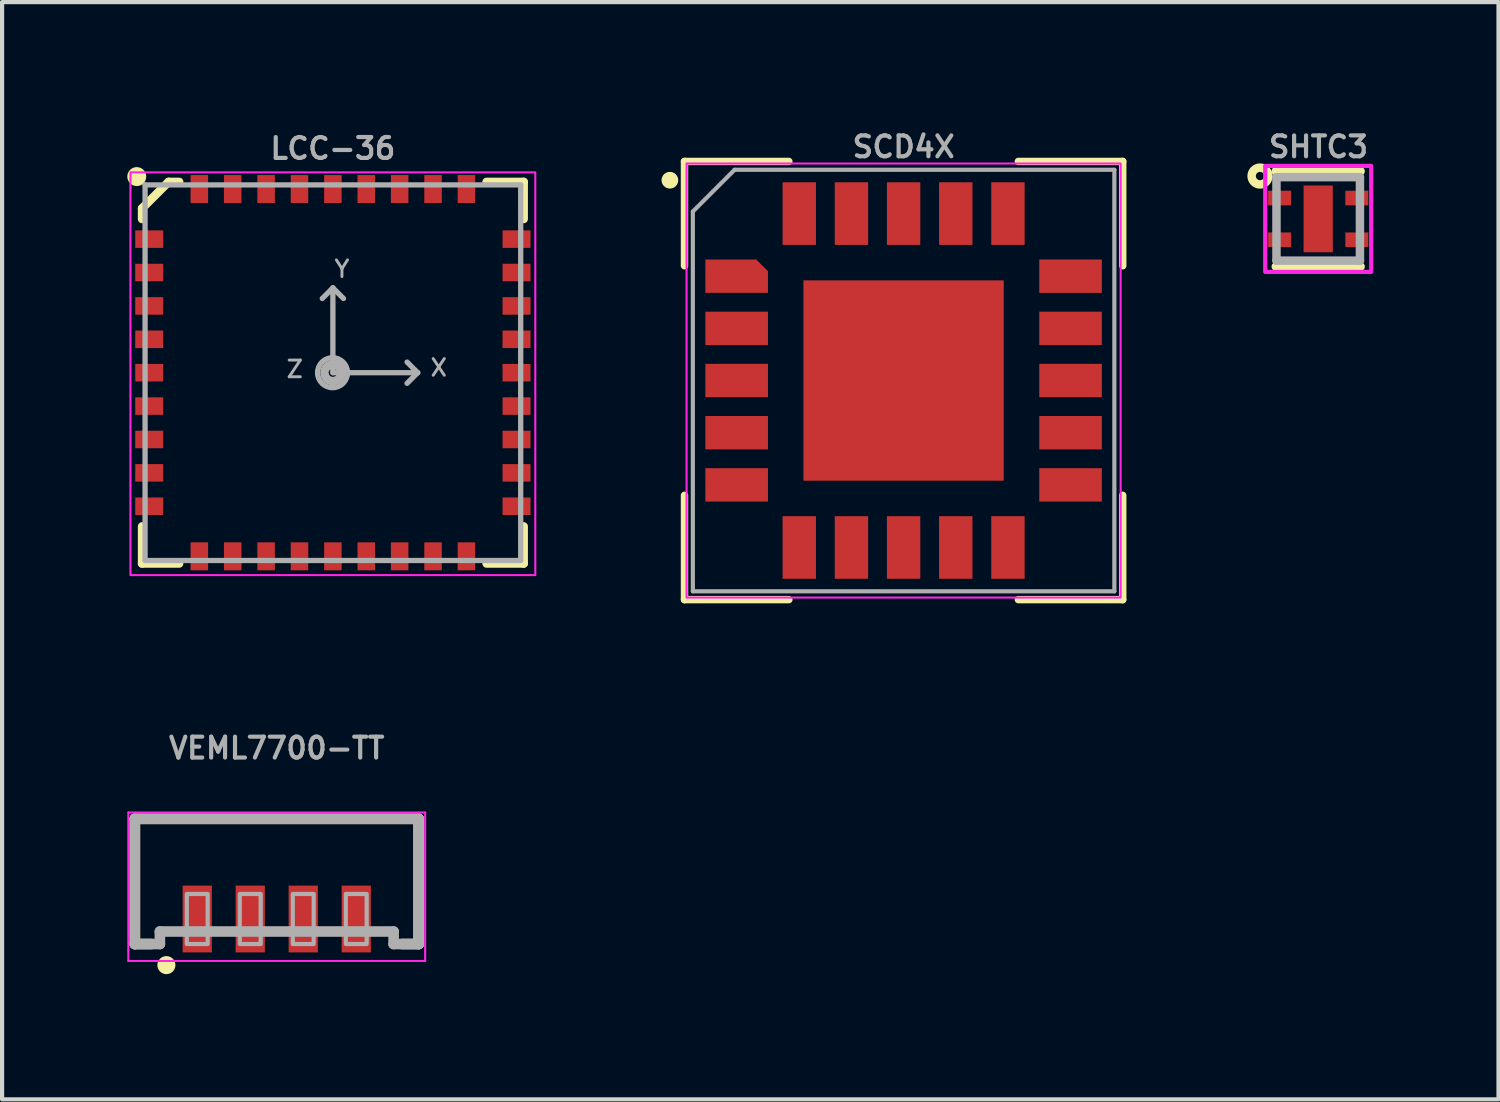
<source format=kicad_pcb>
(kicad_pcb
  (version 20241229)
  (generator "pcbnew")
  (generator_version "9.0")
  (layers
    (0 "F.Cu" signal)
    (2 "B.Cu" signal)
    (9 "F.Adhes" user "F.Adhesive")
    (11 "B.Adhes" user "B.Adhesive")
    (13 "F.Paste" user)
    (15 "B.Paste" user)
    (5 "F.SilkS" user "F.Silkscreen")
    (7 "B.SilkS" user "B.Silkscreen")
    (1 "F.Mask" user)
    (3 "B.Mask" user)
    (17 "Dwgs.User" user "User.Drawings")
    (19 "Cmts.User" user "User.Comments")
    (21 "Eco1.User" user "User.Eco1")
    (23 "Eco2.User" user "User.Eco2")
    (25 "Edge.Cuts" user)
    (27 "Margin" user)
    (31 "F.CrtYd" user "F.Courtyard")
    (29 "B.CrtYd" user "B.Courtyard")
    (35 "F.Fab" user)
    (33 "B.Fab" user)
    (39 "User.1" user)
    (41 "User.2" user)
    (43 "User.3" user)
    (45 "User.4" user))
  (footprint "VEML7700-TT"
    (layer "F.Cu")
    (at 3.637 17.875)
    (property "Reference" "VEML7700-TT" (at -0.056 -3 0) (unlocked yes) (layer "F.Fab") (effects (font (size 0.5 0.5) (thickness 0.1) (bold yes))))
    (attr smd)
    (fp_line (start -3.456 -1.305) (end -3.456 1.695) (stroke (width 0.254) (type solid)) (layer "F.SilkS"))
    (fp_line (start -3.456 1.695) (end -3.056 1.695) (stroke (width 0.254) (type solid)) (layer "F.SilkS"))
    (fp_line (start 2.944 1.695) (end 3.344 1.695) (stroke (width 0.254) (type solid)) (layer "F.SilkS"))
    (fp_line (start 3.344 -1.305) (end -3.456 -1.305) (stroke (width 0.254) (type solid)) (layer "F.SilkS"))
    (fp_line (start 3.344 1.695) (end 3.344 -1.305) (stroke (width 0.254) (type solid)) (layer "F.SilkS"))
    (fp_circle (center -2.7 2.2) (end -2.8 2.1) (stroke (width 0.15) (type solid)) (fill yes) (layer "F.SilkS"))
    (fp_line (start -3.612 -1.456) (end -3.612 1.846) (stroke (width 0.05) (type default)) (layer "F.CrtYd"))
    (fp_line (start -3.612 2.1) (end -3.612 1.846) (stroke (width 0.05) (type default)) (layer "F.CrtYd"))
    (fp_line (start -3.549 2.1) (end -3.612 2.1) (stroke (width 0.05) (type default)) (layer "F.CrtYd"))
    (fp_line (start -3.549 2.1) (end 3.437 2.1) (stroke (width 0.05) (type default)) (layer "F.CrtYd"))
    (fp_line (start 3.437 2.1) (end 3.5 2.1) (stroke (width 0.05) (type default)) (layer "F.CrtYd"))
    (fp_line (start 3.5 -1.456) (end -3.612 -1.456) (stroke (width 0.05) (type default)) (layer "F.CrtYd"))
    (fp_line (start 3.5 1.846) (end 3.5 -1.456) (stroke (width 0.05) (type default)) (layer "F.CrtYd"))
    (fp_line (start 3.5 1.846) (end 3.5 2.1) (stroke (width 0.05) (type default)) (layer "F.CrtYd"))
    (fp_line (start -3.456 -1.305) (end -3.456 1.695) (stroke (width 0.254) (type solid)) (layer "F.Fab"))
    (fp_line (start -3.456 1.695) (end -2.856 1.695) (stroke (width 0.254) (type solid)) (layer "F.Fab"))
    (fp_line (start -2.856 1.395) (end 2.744 1.395) (stroke (width 0.254) (type solid)) (layer "F.Fab"))
    (fp_line (start -2.856 1.695) (end -2.856 1.395) (stroke (width 0.254) (type solid)) (layer "F.Fab"))
    (fp_line (start 2.744 1.695) (end 2.744 1.395) (stroke (width 0.254) (type solid)) (layer "F.Fab"))
    (fp_line (start 2.744 1.695) (end 3.344 1.695) (stroke (width 0.254) (type solid)) (layer "F.Fab"))
    (fp_line (start 3.344 -1.305) (end -3.456 -1.305) (stroke (width 0.254) (type solid)) (layer "F.Fab"))
    (fp_line (start 3.344 1.695) (end 3.344 -1.305) (stroke (width 0.254) (type solid)) (layer "F.Fab"))
    (fp_poly (pts (xy -2.211 1.695) (xy -1.711 1.695) (xy -1.711 0.495) (xy -2.211 0.495)) (stroke (width 0.1) (type default)) (fill no) (layer "F.Fab"))
    (fp_poly (pts (xy -0.941 1.695) (xy -0.441 1.695) (xy -0.441 0.495) (xy -0.941 0.495)) (stroke (width 0.1) (type default)) (fill no) (layer "F.Fab"))
    (fp_poly (pts (xy 0.329 1.695) (xy 0.829 1.695) (xy 0.829 0.495) (xy 0.329 0.495)) (stroke (width 0.1) (type default)) (fill no) (layer "F.Fab"))
    (fp_poly (pts (xy 1.599 1.695) (xy 2.099 1.695) (xy 2.099 0.495) (xy 1.599 0.495)) (stroke (width 0.1) (type default)) (fill no) (layer "F.Fab"))
    (pad "1" smd rect (at -1.961 1.095 90) (size 1.6 0.7) (layers "F.Cu" "F.Mask" "F.Paste"))
    (pad "2" smd rect (at -0.691 1.095 90) (size 1.6 0.7) (layers "F.Cu" "F.Mask" "F.Paste"))
    (pad "3" smd rect (at 0.579 1.095 90) (size 1.6 0.7) (layers "F.Cu" "F.Mask" "F.Paste"))
    (pad "4" smd rect (at 1.849 1.095 90) (size 1.6 0.7) (layers "F.Cu" "F.Mask" "F.Paste")))
  (footprint "SHTC3"
    (layer "F.Cu")
    (at 28.541 2.168)
    (property "Reference" "SHTC3" (at 0 -1.7 0) (unlocked yes) (layer "F.Fab") (effects (font (size 0.5 0.5) (thickness 0.1) (bold yes))))
    (attr smd)
    (fp_line (start 1.01 -1.116) (end -1.022 -1.116) (stroke (width 0.203) (type solid)) (layer "F.SilkS"))
    (fp_line (start 1.01 1.17) (end -1.022 1.17) (stroke (width 0.203) (type solid)) (layer "F.SilkS"))
    (fp_circle (center -1.4 -1) (end -1.3 -1) (stroke (width 0.203) (type solid)) (fill no) (layer "F.SilkS"))
    (fp_poly (pts (xy 0.244 0.727) (xy 0.244 -0.673) (xy -0.256 -0.673) (xy -0.256 0.727)) (stroke (width 0) (type default)) (fill yes) (layer "F.Paste"))
    (fp_rect (start -1.276 -1.243) (end 1.264 1.297) (stroke (width 0.1) (type solid)) (fill no) (layer "F.CrtYd"))
    (fp_line (start -1.006 -0.973) (end -1.006 1.027) (stroke (width 0.203) (type solid)) (layer "F.Fab"))
    (fp_line (start -1.006 1.027) (end 0.994 1.027) (stroke (width 0.203) (type solid)) (layer "F.Fab"))
    (fp_line (start 0.994 -0.973) (end -1.006 -0.973) (stroke (width 0.203) (type solid)) (layer "F.Fab"))
    (fp_line (start 0.994 1.027) (end 0.994 -0.973) (stroke (width 0.203) (type solid)) (layer "F.Fab"))
    (pad "1" smd rect (at -0.931 -0.473 90) (size 0.35 0.55) (layers "F.Cu" "F.Mask" "F.Paste"))
    (pad "2" smd rect (at -0.931 0.527 90) (size 0.35 0.55) (layers "F.Cu" "F.Mask" "F.Paste"))
    (pad "3" smd rect (at 0.919 0.527 90) (size 0.35 0.55) (layers "F.Cu" "F.Mask" "F.Paste"))
    (pad "4" smd rect (at 0.919 -0.473 90) (size 0.35 0.55) (layers "F.Cu" "F.Mask" "F.Paste"))
    (pad "5" smd rect (at -0.006 0.027 270) (size 1.6 0.7) (layers "F.Cu" "F.Mask")))
  (footprint "SCD4X"
    (layer "F.Cu")
    (at 18.601 6.068)
    (property "Reference" "SCD4X" (at 0 -5.6 0) (layer "F.Fab") (effects (font (size 0.5 0.5) (thickness 0.1) (bold yes))))
    (attr smd)
    (fp_line (start -5.25 -5.25) (end -2.75 -5.25) (stroke (width 0.178) (type default)) (layer "F.SilkS"))
    (fp_line (start -5.25 -2.75) (end -5.25 -5.25) (stroke (width 0.178) (type default)) (layer "F.SilkS"))
    (fp_line (start -5.25 5.25) (end -5.25 2.75) (stroke (width 0.178) (type default)) (layer "F.SilkS"))
    (fp_line (start -2.75 5.25) (end -5.25 5.25) (stroke (width 0.178) (type default)) (layer "F.SilkS"))
    (fp_line (start 2.75 -5.25) (end 5.25 -5.25) (stroke (width 0.178) (type default)) (layer "F.SilkS"))
    (fp_line (start 5.25 -5.25) (end 5.25 -2.75) (stroke (width 0.178) (type default)) (layer "F.SilkS"))
    (fp_line (start 5.25 2.75) (end 5.25 5.25) (stroke (width 0.178) (type default)) (layer "F.SilkS"))
    (fp_line (start 5.25 5.25) (end 2.75 5.25) (stroke (width 0.178) (type default)) (layer "F.SilkS"))
    (fp_circle (center -5.6 -4.8) (end -5.6 -4.7) (stroke (width 0.2) (type solid)) (fill yes) (layer "F.SilkS"))
    (fp_poly (pts (xy -2 -1) (xy -1 -1) (xy -1 -2) (xy -2 -2)) (stroke (width 0) (type default)) (fill yes) (layer "F.Paste"))
    (fp_poly (pts (xy -2 2) (xy -1 2) (xy -1 1) (xy -2 1)) (stroke (width 0) (type default)) (fill yes) (layer "F.Paste"))
    (fp_poly (pts (xy 1 -1) (xy 2 -1) (xy 2 -2) (xy 1 -2)) (stroke (width 0) (type default)) (fill yes) (layer "F.Paste"))
    (fp_poly (pts (xy 1 2) (xy 2 2) (xy 2 1) (xy 1 1)) (stroke (width 0) (type default)) (fill yes) (layer "F.Paste"))
    (fp_rect (start 5.2 -5.2) (end -5.2 5.2) (stroke (width 0.05) (type default)) (fill no) (layer "F.CrtYd"))
    (fp_line (start -5.05 -4.05) (end -4.05 -5.05) (stroke (width 0.1) (type solid)) (layer "F.Fab"))
    (fp_line (start -5.05 5.05) (end -5.05 -4.05) (stroke (width 0.1) (type solid)) (layer "F.Fab"))
    (fp_line (start -4.05 -5.05) (end 5.05 -5.05) (stroke (width 0.1) (type solid)) (layer "F.Fab"))
    (fp_line (start 5.05 -5.05) (end 5.05 5.05) (stroke (width 0.1) (type solid)) (layer "F.Fab"))
    (fp_line (start 5.05 5.05) (end -5.05 5.05) (stroke (width 0.1) (type solid)) (layer "F.Fab"))
    (pad "1" smd roundrect (at -4 -2.5 90) (size 0.8 1.5) (layers "F.Cu" "F.Mask") (roundrect_rratio 0) (chamfer_ratio 0.35) (chamfer bottom_right))
    (pad "2" smd rect (at -4 -1.25 90) (size 0.8 1.5) (layers "F.Cu" "F.Mask" "F.Paste"))
    (pad "3" smd rect (at -4 0 90) (size 0.8 1.5) (layers "F.Cu" "F.Mask" "F.Paste"))
    (pad "4" smd rect (at -4 1.25 90) (size 0.8 1.5) (layers "F.Cu" "F.Mask" "F.Paste"))
    (pad "5" smd rect (at -4 2.5 90) (size 0.8 1.5) (layers "F.Cu" "F.Mask" "F.Paste"))
    (pad "6" smd rect (at -2.5 4 180) (size 0.8 1.5) (layers "F.Cu" "F.Mask" "F.Paste"))
    (pad "7" smd rect (at -1.25 4 180) (size 0.8 1.5) (layers "F.Cu" "F.Mask" "F.Paste"))
    (pad "8" smd rect (at 0 4 180) (size 0.8 1.5) (layers "F.Cu" "F.Mask" "F.Paste"))
    (pad "9" smd rect (at 1.25 4 180) (size 0.8 1.5) (layers "F.Cu" "F.Mask" "F.Paste"))
    (pad "10" smd rect (at 2.5 4 180) (size 0.8 1.5) (layers "F.Cu" "F.Mask" "F.Paste"))
    (pad "11" smd rect (at 4 2.5 270) (size 0.8 1.5) (layers "F.Cu" "F.Mask" "F.Paste"))
    (pad "12" smd rect (at 4 1.25 270) (size 0.8 1.5) (layers "F.Cu" "F.Mask" "F.Paste"))
    (pad "13" smd rect (at 4 0 270) (size 0.8 1.5) (layers "F.Cu" "F.Mask" "F.Paste"))
    (pad "14" smd rect (at 4 -1.25 270) (size 0.8 1.5) (layers "F.Cu" "F.Mask" "F.Paste"))
    (pad "15" smd rect (at 4 -2.5 270) (size 0.8 1.5) (layers "F.Cu" "F.Mask" "F.Paste"))
    (pad "16" smd rect (at 2.5 -4) (size 0.8 1.5) (layers "F.Cu" "F.Mask" "F.Paste"))
    (pad "17" smd rect (at 1.25 -4) (size 0.8 1.5) (layers "F.Cu" "F.Mask" "F.Paste"))
    (pad "18" smd rect (at 0 -4) (size 0.8 1.5) (layers "F.Cu" "F.Mask" "F.Paste"))
    (pad "19" smd rect (at -1.25 -4) (size 0.8 1.5) (layers "F.Cu" "F.Mask" "F.Paste"))
    (pad "20" smd rect (at -2.5 -4) (size 0.8 1.5) (layers "F.Cu" "F.Mask" "F.Paste"))
    (pad "21" smd rect (at 0 0) (size 4.8 4.8) (layers "F.Cu" "F.Mask")))
  (footprint "LCC-36"
    (layer "F.Cu")
    (at 4.926 5.88)
    (property "Reference" "LCC-36" (at 0 -5.08 0) (unlocked yes) (layer "F.Fab") (effects (font (size 0.5 0.5) (thickness 0.1)) (justify bottom)))
    (attr smd)
    (fp_line (start -4.572 -3.937) (end -3.937 -4.572) (stroke (width 0.203) (type solid)) (layer "F.SilkS"))
    (fp_line (start -4.572 -3.683) (end -4.572 -3.937) (stroke (width 0.203) (type solid)) (layer "F.SilkS"))
    (fp_line (start -4.572 3.683) (end -4.572 4.572) (stroke (width 0.203) (type solid)) (layer "F.SilkS"))
    (fp_line (start -4.572 4.572) (end -3.683 4.572) (stroke (width 0.203) (type solid)) (layer "F.SilkS"))
    (fp_line (start -3.937 -4.572) (end -3.683 -4.572) (stroke (width 0.203) (type solid)) (layer "F.SilkS"))
    (fp_line (start 3.683 -4.572) (end 4.572 -4.572) (stroke (width 0.203) (type solid)) (layer "F.SilkS"))
    (fp_line (start 4.572 -4.572) (end 4.572 -3.683) (stroke (width 0.203) (type solid)) (layer "F.SilkS"))
    (fp_line (start 4.572 3.683) (end 4.572 4.572) (stroke (width 0.203) (type solid)) (layer "F.SilkS"))
    (fp_line (start 4.572 4.572) (end 3.683 4.572) (stroke (width 0.203) (type solid)) (layer "F.SilkS"))
    (fp_circle (center -4.699 -4.699) (end -4.599 -4.699) (stroke (width 0.254) (type solid)) (fill yes) (layer "F.SilkS"))
    (fp_rect (start -4.85 -4.8) (end 4.85 4.85) (stroke (width 0.05) (type default)) (fill no) (layer "F.CrtYd"))
    (fp_line (start -4.5 -4.5) (end -4.5 4.5) (stroke (width 0.127) (type solid)) (layer "F.Fab"))
    (fp_line (start -4.5 4.5) (end 4.5 4.5) (stroke (width 0.127) (type solid)) (layer "F.Fab"))
    (fp_line (start -0.254 -1.778) (end 0 -2.032) (stroke (width 0.127) (type solid)) (layer "F.Fab"))
    (fp_line (start 0 -2.032) (end 0.254 -1.778) (stroke (width 0.127) (type solid)) (layer "F.Fab"))
    (fp_line (start 0 0) (end 0 -2.032) (stroke (width 0.127) (type solid)) (layer "F.Fab"))
    (fp_line (start 0 0) (end 2.032 0) (stroke (width 0.127) (type solid)) (layer "F.Fab"))
    (fp_line (start 1.778 -0.254) (end 2.032 0) (stroke (width 0.127) (type solid)) (layer "F.Fab"))
    (fp_line (start 2.032 0) (end 1.778 0.254) (stroke (width 0.127) (type solid)) (layer "F.Fab"))
    (fp_line (start 4.5 -4.5) (end -4.5 -4.5) (stroke (width 0.127) (type solid)) (layer "F.Fab"))
    (fp_line (start 4.5 4.5) (end 4.5 -4.5) (stroke (width 0.127) (type solid)) (layer "F.Fab"))
    (fp_circle (center -0.008 0) (end 0.351 0) (stroke (width 0.127) (type solid)) (fill no) (layer "F.Fab"))
    (fp_circle (center 0 0) (end 0.1 0) (stroke (width 0.203) (type solid)) (fill no) (layer "F.Fab"))
    (fp_text user "Y" (at 0 -2.25 0) (unlocked yes) (layer "F.Fab") (effects (font (size 0.4 0.4) (thickness 0.07) (bold yes)) (justify left bottom)))
    (fp_text user "Z" (at -1.15 0.15 0) (unlocked yes) (layer "F.Fab") (effects (font (size 0.4 0.4) (thickness 0.07) (bold yes)) (justify left bottom)))
    (fp_text user "X" (at 2.3 0.114 0) (unlocked yes) (layer "F.Fab") (effects (font (size 0.4 0.4) (thickness 0.07) (bold yes)) (justify left bottom)))
    (pad "1" smd rect (at -4.4 -3.2 90) (size 0.42 0.67) (layers "F.Cu" "F.Mask" "F.Paste"))
    (pad "2" smd rect (at -4.4 -2.4 90) (size 0.42 0.67) (layers "F.Cu" "F.Mask" "F.Paste"))
    (pad "3" smd rect (at -4.4 -1.6 90) (size 0.42 0.67) (layers "F.Cu" "F.Mask" "F.Paste"))
    (pad "4" smd rect (at -4.4 -0.8 90) (size 0.42 0.67) (layers "F.Cu" "F.Mask" "F.Paste"))
    (pad "5" smd rect (at -4.4 0 90) (size 0.42 0.67) (layers "F.Cu" "F.Mask" "F.Paste"))
    (pad "6" smd rect (at -4.4 0.8 90) (size 0.42 0.67) (layers "F.Cu" "F.Mask" "F.Paste"))
    (pad "7" smd rect (at -4.4 1.6 90) (size 0.42 0.67) (layers "F.Cu" "F.Mask" "F.Paste"))
    (pad "8" smd rect (at -4.4 2.4 90) (size 0.42 0.67) (layers "F.Cu" "F.Mask" "F.Paste"))
    (pad "9" smd rect (at -4.4 3.2 90) (size 0.42 0.67) (layers "F.Cu" "F.Mask" "F.Paste"))
    (pad "10" smd rect (at -3.2 4.4 180) (size 0.42 0.67) (layers "F.Cu" "F.Mask" "F.Paste"))
    (pad "11" smd rect (at -2.4 4.4 180) (size 0.42 0.67) (layers "F.Cu" "F.Mask" "F.Paste"))
    (pad "12" smd rect (at -1.6 4.4 180) (size 0.42 0.67) (layers "F.Cu" "F.Mask" "F.Paste"))
    (pad "13" smd rect (at -0.8 4.4 180) (size 0.42 0.67) (layers "F.Cu" "F.Mask" "F.Paste"))
    (pad "14" smd rect (at 0 4.4 180) (size 0.42 0.67) (layers "F.Cu" "F.Mask" "F.Paste"))
    (pad "15" smd rect (at 0.8 4.4 180) (size 0.42 0.67) (layers "F.Cu" "F.Mask" "F.Paste"))
    (pad "16" smd rect (at 1.6 4.4 180) (size 0.42 0.67) (layers "F.Cu" "F.Mask" "F.Paste"))
    (pad "17" smd rect (at 2.4 4.4 180) (size 0.42 0.67) (layers "F.Cu" "F.Mask" "F.Paste"))
    (pad "18" smd rect (at 3.2 4.4 180) (size 0.42 0.67) (layers "F.Cu" "F.Mask" "F.Paste"))
    (pad "19" smd rect (at 4.4 3.2 270) (size 0.42 0.67) (layers "F.Cu" "F.Mask" "F.Paste"))
    (pad "20" smd rect (at 4.4 2.4 270) (size 0.42 0.67) (layers "F.Cu" "F.Mask" "F.Paste"))
    (pad "21" smd rect (at 4.4 1.6 270) (size 0.42 0.67) (layers "F.Cu" "F.Mask" "F.Paste"))
    (pad "22" smd rect (at 4.4 0.8 270) (size 0.42 0.67) (layers "F.Cu" "F.Mask" "F.Paste"))
    (pad "23" smd rect (at 4.4 0 270) (size 0.42 0.67) (layers "F.Cu" "F.Mask" "F.Paste"))
    (pad "24" smd rect (at 4.4 -0.8 270) (size 0.42 0.67) (layers "F.Cu" "F.Mask" "F.Paste"))
    (pad "25" smd rect (at 4.4 -1.6 270) (size 0.42 0.67) (layers "F.Cu" "F.Mask" "F.Paste"))
    (pad "26" smd rect (at 4.4 -2.4 270) (size 0.42 0.67) (layers "F.Cu" "F.Mask" "F.Paste"))
    (pad "27" smd rect (at 4.4 -3.2 270) (size 0.42 0.67) (layers "F.Cu" "F.Mask" "F.Paste"))
    (pad "28" smd rect (at 3.2 -4.4) (size 0.42 0.67) (layers "F.Cu" "F.Mask" "F.Paste"))
    (pad "29" smd rect (at 2.4 -4.4) (size 0.42 0.67) (layers "F.Cu" "F.Mask" "F.Paste"))
    (pad "30" smd rect (at 1.6 -4.4) (size 0.42 0.67) (layers "F.Cu" "F.Mask" "F.Paste"))
    (pad "31" smd rect (at 0.8 -4.4) (size 0.42 0.67) (layers "F.Cu" "F.Mask" "F.Paste"))
    (pad "32" smd rect (at 0 -4.4) (size 0.42 0.67) (layers "F.Cu" "F.Mask" "F.Paste"))
    (pad "33" smd rect (at -0.8 -4.4) (size 0.42 0.67) (layers "F.Cu" "F.Mask" "F.Paste"))
    (pad "34" smd rect (at -1.6 -4.4) (size 0.42 0.67) (layers "F.Cu" "F.Mask" "F.Paste"))
    (pad "35" smd rect (at -2.4 -4.4) (size 0.42 0.67) (layers "F.Cu" "F.Mask" "F.Paste"))
    (pad "36" smd rect (at -3.2 -4.4) (size 0.42 0.67) (layers "F.Cu" "F.Mask" "F.Paste")))
  (gr_rect
    (start -3 -3)
    (end 32.855 23.291)
    (stroke (width 0.1) (type default))
    (fill no)
    (layer "Edge.Cuts")))
</source>
